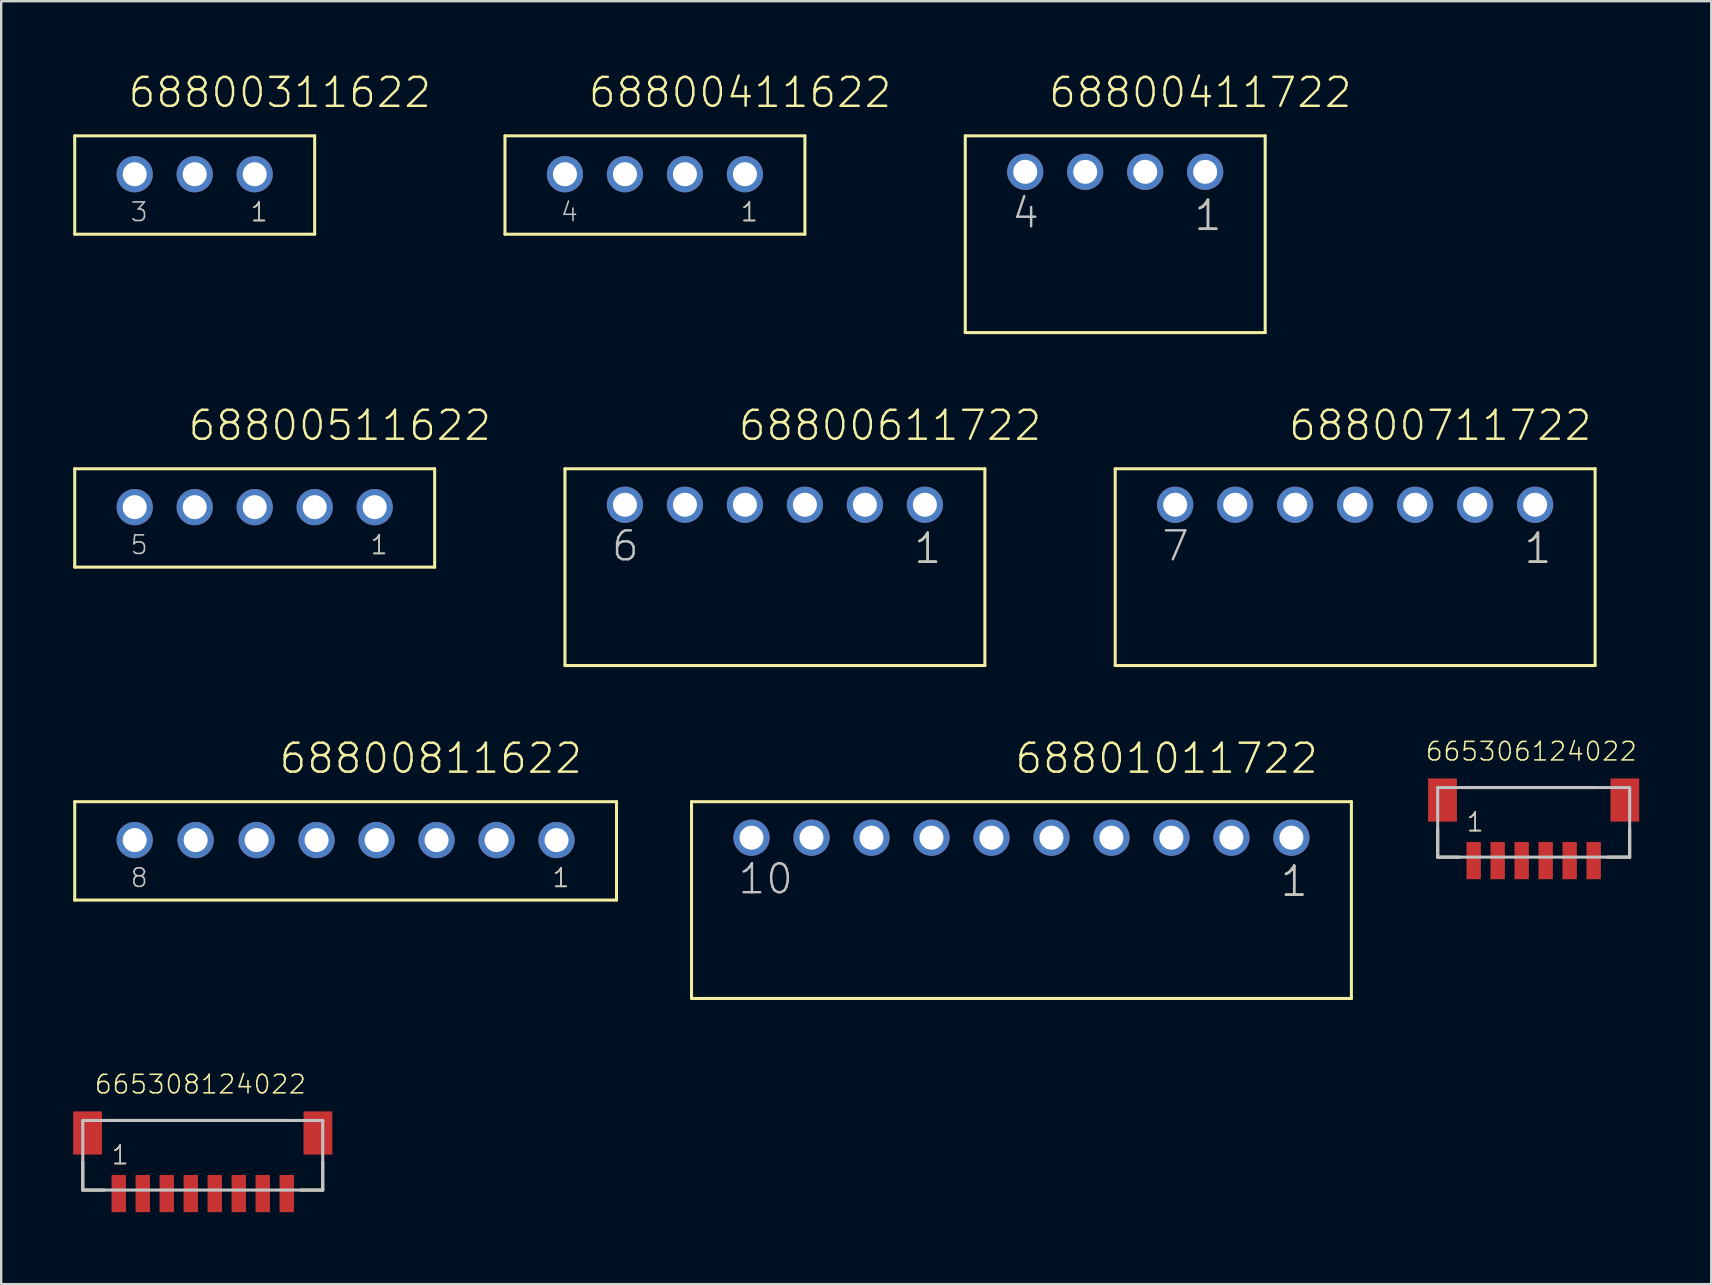
<source format=kicad_pcb>
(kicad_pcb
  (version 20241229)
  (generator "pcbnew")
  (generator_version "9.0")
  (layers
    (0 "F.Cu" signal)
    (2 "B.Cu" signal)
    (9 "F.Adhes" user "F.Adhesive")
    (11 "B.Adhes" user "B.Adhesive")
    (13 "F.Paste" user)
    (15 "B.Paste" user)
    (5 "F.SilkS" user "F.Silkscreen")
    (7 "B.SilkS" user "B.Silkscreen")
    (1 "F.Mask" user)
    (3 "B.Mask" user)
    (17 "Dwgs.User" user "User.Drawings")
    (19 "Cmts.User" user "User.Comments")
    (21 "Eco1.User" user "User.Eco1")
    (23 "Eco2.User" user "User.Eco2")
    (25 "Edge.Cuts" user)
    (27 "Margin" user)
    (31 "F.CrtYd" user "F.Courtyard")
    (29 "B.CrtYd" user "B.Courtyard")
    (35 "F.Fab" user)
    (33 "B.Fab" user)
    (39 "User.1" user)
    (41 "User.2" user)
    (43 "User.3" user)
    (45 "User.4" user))
  (footprint "665306124022"
    (layer "F.Cu")
    (at 60.867 32.817)
    (property "Reference" "665306124022" (at -0.1 -4.1 0) (layer "F.SilkS") (effects (font (size 0.772 0.772) (thickness 0.065)) (justify bottom)))
    (attr through_hole)
    (fp_line (start -4 -1.32) (end -4 -0.145) (stroke (width 0.127) (type solid)) (layer "F.SilkS"))
    (fp_line (start -4 -0.145) (end -3.11 -0.145) (stroke (width 0.127) (type solid)) (layer "F.SilkS"))
    (fp_line (start -3.01 -3.045) (end 2.51 -3.045) (stroke (width 0.127) (type solid)) (layer "F.SilkS"))
    (fp_line (start 4 -1.32) (end 4 -0.145) (stroke (width 0.127) (type solid)) (layer "F.SilkS"))
    (fp_line (start 4 -0.145) (end 3.08 -0.145) (stroke (width 0.127) (type solid)) (layer "F.SilkS"))
    (fp_line (start -4 -3.045) (end 4 -3.045) (stroke (width 0.127) (type solid)) (layer "Dwgs.User"))
    (fp_line (start -4 -0.145) (end -4 -3.045) (stroke (width 0.127) (type solid)) (layer "Dwgs.User"))
    (fp_line (start 4 -3.045) (end 4 -0.145) (stroke (width 0.127) (type solid)) (layer "Dwgs.User"))
    (fp_line (start 4 -0.145) (end -4 -0.145) (stroke (width 0.127) (type solid)) (layer "Dwgs.User"))
    (fp_text user "1" (at -2.85 -1.15 0) (layer "F.SilkS") (effects (font (size 0.772 0.772) (thickness 0.065)) (justify left bottom)))
    (fp_text user "1" (at -2.85 -1.16 0) (layer "Dwgs.User") (effects (font (size 0.772 0.772) (thickness 0.065)) (justify left bottom)))
    (pad "1" smd rect (at -2.5 0) (size 0.6 1.55) (layers "F.Cu" "F.Mask" "F.Paste"))
    (pad "2" smd rect (at -1.5 0) (size 0.6 1.55) (layers "F.Cu" "F.Mask" "F.Paste"))
    (pad "3" smd rect (at -0.5 0) (size 0.6 1.55) (layers "F.Cu" "F.Mask" "F.Paste"))
    (pad "4" smd rect (at 0.5 0) (size 0.6 1.55) (layers "F.Cu" "F.Mask" "F.Paste"))
    (pad "5" smd rect (at 1.5 0) (size 0.6 1.55) (layers "F.Cu" "F.Mask" "F.Paste"))
    (pad "6" smd rect (at 2.5 0) (size 0.6 1.55) (layers "F.Cu" "F.Mask" "F.Paste"))
    (pad "Z1" smd rect (at -3.8 -2.525) (size 1.2 1.8) (layers "F.Cu" "F.Mask" "F.Paste"))
    (pad "Z2" smd rect (at 3.8 -2.525) (size 1.2 1.8) (layers "F.Cu" "F.Mask" "F.Paste")))
  (footprint "68800411722"
    (layer "F.Cu")
    (at 43.427 4.111)
    (property "Reference" "68800411722" (at -2.835 -2.6 0) (layer "F.SilkS") (effects (font (size 1.206 1.206) (thickness 0.102)) (justify left bottom)))
    (attr through_hole)
    (fp_line (start -6.25 -1.5) (end 6.25 -1.5) (stroke (width 0.127) (type solid)) (layer "F.SilkS"))
    (fp_line (start -6.25 6.7) (end -6.25 -1.5) (stroke (width 0.127) (type solid)) (layer "F.SilkS"))
    (fp_line (start 6.25 -1.5) (end 6.25 6.7) (stroke (width 0.127) (type solid)) (layer "F.SilkS"))
    (fp_line (start 6.25 6.7) (end -6.25 6.7) (stroke (width 0.127) (type solid)) (layer "F.SilkS"))
    (fp_text user "1" (at 3.225 2.525 0) (layer "F.SilkS") (effects (font (size 1.206 1.206) (thickness 0.102)) (justify left bottom)))
    (fp_text user "1" (at 3.225 2.525 0) (layer "Dwgs.User") (effects (font (size 1.206 1.206) (thickness 0.102)) (justify left bottom)))
    (fp_text user "4" (at -4.375 2.425 0) (layer "Dwgs.User") (effects (font (size 1.206 1.206) (thickness 0.102)) (justify left bottom)))
    (pad "1" thru_hole circle (at 3.75 0) (size 1.508 1.508) (drill 1) (layers "*.Cu" "*.Mask"))
    (pad "2" thru_hole circle (at 1.25 0) (size 1.508 1.508) (drill 1) (layers "*.Cu" "*.Mask"))
    (pad "3" thru_hole circle (at -1.25 0) (size 1.508 1.508) (drill 1) (layers "*.Cu" "*.Mask"))
    (pad "4" thru_hole circle (at -3.75 0) (size 1.508 1.508) (drill 1) (layers "*.Cu" "*.Mask")))
  (footprint "68801011722"
    (layer "F.Cu")
    (at 39.52 31.861)
    (property "Reference" "68801011722" (at -0.335 -2.6 0) (layer "F.SilkS") (effects (font (size 1.206 1.206) (thickness 0.102)) (justify left bottom)))
    (attr through_hole)
    (fp_line (start -13.75 -1.5) (end 13.75 -1.5) (stroke (width 0.127) (type solid)) (layer "F.SilkS"))
    (fp_line (start -13.75 6.7) (end -13.75 -1.5) (stroke (width 0.127) (type solid)) (layer "F.SilkS"))
    (fp_line (start 13.75 -1.5) (end 13.75 6.7) (stroke (width 0.127) (type solid)) (layer "F.SilkS"))
    (fp_line (start 13.75 6.7) (end -13.75 6.7) (stroke (width 0.127) (type solid)) (layer "F.SilkS"))
    (fp_text user "1" (at 10.725 2.525 0) (layer "F.SilkS") (effects (font (size 1.206 1.206) (thickness 0.102)) (justify left bottom)))
    (fp_text user "10" (at -11.875 2.425 0) (layer "Dwgs.User") (effects (font (size 1.206 1.206) (thickness 0.102)) (justify left bottom)))
    (fp_text user "1" (at 10.725 2.525 0) (layer "Dwgs.User") (effects (font (size 1.206 1.206) (thickness 0.102)) (justify left bottom)))
    (pad "1" thru_hole circle (at 11.25 0) (size 1.508 1.508) (drill 1) (layers "*.Cu" "*.Mask"))
    (pad "2" thru_hole circle (at 8.75 0) (size 1.508 1.508) (drill 1) (layers "*.Cu" "*.Mask"))
    (pad "3" thru_hole circle (at 6.25 0) (size 1.508 1.508) (drill 1) (layers "*.Cu" "*.Mask"))
    (pad "4" thru_hole circle (at 3.75 0) (size 1.508 1.508) (drill 1) (layers "*.Cu" "*.Mask"))
    (pad "5" thru_hole circle (at 1.25 0) (size 1.508 1.508) (drill 1) (layers "*.Cu" "*.Mask"))
    (pad "6" thru_hole circle (at -1.25 0) (size 1.508 1.508) (drill 1) (layers "*.Cu" "*.Mask"))
    (pad "7" thru_hole circle (at -3.75 0) (size 1.508 1.508) (drill 1) (layers "*.Cu" "*.Mask"))
    (pad "8" thru_hole circle (at -6.25 0) (size 1.508 1.508) (drill 1) (layers "*.Cu" "*.Mask"))
    (pad "9" thru_hole circle (at -8.75 0) (size 1.508 1.508) (drill 1) (layers "*.Cu" "*.Mask"))
    (pad "10" thru_hole circle (at -11.25 0) (size 1.508 1.508) (drill 1) (layers "*.Cu" "*.Mask")))
  (footprint "68800511622"
    (layer "F.Cu")
    (at 7.564 18.086)
    (property "Reference" "68800511622" (at -2.835 -2.7 0) (layer "F.SilkS") (effects (font (size 1.206 1.206) (thickness 0.102)) (justify left bottom)))
    (attr through_hole)
    (fp_line (start -7.5 -1.6) (end 7.5 -1.6) (stroke (width 0.127) (type solid)) (layer "F.SilkS"))
    (fp_line (start -7.5 2.5) (end -7.5 -1.6) (stroke (width 0.127) (type solid)) (layer "F.SilkS"))
    (fp_line (start 7.5 -1.6) (end 7.5 2.5) (stroke (width 0.127) (type solid)) (layer "F.SilkS"))
    (fp_line (start 7.5 2.5) (end -7.5 2.5) (stroke (width 0.127) (type solid)) (layer "F.SilkS"))
    (fp_text user "1" (at 4.775 2.025 0) (layer "F.SilkS") (effects (font (size 0.772 0.772) (thickness 0.065)) (justify left bottom)))
    (fp_text user "1" (at 4.775 2.025 0) (layer "Dwgs.User") (effects (font (size 0.772 0.772) (thickness 0.065)) (justify left bottom)))
    (fp_text user "5" (at -5.225 2.025 0) (layer "Dwgs.User") (effects (font (size 0.772 0.772) (thickness 0.065)) (justify left bottom)))
    (pad "1" thru_hole circle (at 5 0) (size 1.508 1.508) (drill 1) (layers "*.Cu" "*.Mask"))
    (pad "2" thru_hole circle (at 2.5 0) (size 1.508 1.508) (drill 1) (layers "*.Cu" "*.Mask"))
    (pad "3" thru_hole circle (at 0 0) (size 1.508 1.508) (drill 1) (layers "*.Cu" "*.Mask"))
    (pad "4" thru_hole circle (at -2.5 0) (size 1.508 1.508) (drill 1) (layers "*.Cu" "*.Mask"))
    (pad "5" thru_hole circle (at -5 0) (size 1.508 1.508) (drill 1) (layers "*.Cu" "*.Mask")))
  (footprint "68800811622"
    (layer "F.Cu")
    (at 11.354 31.961)
    (property "Reference" "68800811622" (at -2.835 -2.7 0) (layer "F.SilkS") (effects (font (size 1.206 1.206) (thickness 0.102)) (justify left bottom)))
    (attr through_hole)
    (fp_line (start -11.29 -1.6) (end 11.29 -1.6) (stroke (width 0.127) (type solid)) (layer "F.SilkS"))
    (fp_line (start -11.29 2.5) (end -11.29 -1.6) (stroke (width 0.127) (type solid)) (layer "F.SilkS"))
    (fp_line (start 11.29 -1.6) (end 11.29 2.5) (stroke (width 0.127) (type solid)) (layer "F.SilkS"))
    (fp_line (start 11.29 2.5) (end -11.29 2.5) (stroke (width 0.127) (type solid)) (layer "F.SilkS"))
    (fp_text user "1" (at 8.565 2.025 0) (layer "F.SilkS") (effects (font (size 0.772 0.772) (thickness 0.065)) (justify left bottom)))
    (fp_text user "1" (at 8.565 2.025 0) (layer "Dwgs.User") (effects (font (size 0.772 0.772) (thickness 0.065)) (justify left bottom)))
    (fp_text user "8" (at -9.015 2.025 0) (layer "Dwgs.User") (effects (font (size 0.772 0.772) (thickness 0.065)) (justify left bottom)))
    (pad "1" thru_hole circle (at 8.79 0) (size 1.508 1.508) (drill 1) (layers "*.Cu" "*.Mask"))
    (pad "2" thru_hole circle (at 6.29 0) (size 1.508 1.508) (drill 1) (layers "*.Cu" "*.Mask"))
    (pad "3" thru_hole circle (at 3.79 0) (size 1.508 1.508) (drill 1) (layers "*.Cu" "*.Mask"))
    (pad "4" thru_hole circle (at 1.29 0) (size 1.508 1.508) (drill 1) (layers "*.Cu" "*.Mask"))
    (pad "5" thru_hole circle (at -1.21 0) (size 1.508 1.508) (drill 1) (layers "*.Cu" "*.Mask"))
    (pad "6" thru_hole circle (at -3.71 0) (size 1.508 1.508) (drill 1) (layers "*.Cu" "*.Mask"))
    (pad "7" thru_hole circle (at -6.25 0) (size 1.508 1.508) (drill 1) (layers "*.Cu" "*.Mask"))
    (pad "8" thru_hole circle (at -8.79 0) (size 1.508 1.508) (drill 1) (layers "*.Cu" "*.Mask")))
  (footprint "68800311622"
    (layer "F.Cu")
    (at 5.064 4.211)
    (property "Reference" "68800311622" (at -2.835 -2.7 0) (layer "F.SilkS") (effects (font (size 1.206 1.206) (thickness 0.102)) (justify left bottom)))
    (attr through_hole)
    (fp_line (start -5 -1.6) (end 5 -1.6) (stroke (width 0.127) (type solid)) (layer "F.SilkS"))
    (fp_line (start -5 2.5) (end -5 -1.6) (stroke (width 0.127) (type solid)) (layer "F.SilkS"))
    (fp_line (start 5 -1.6) (end 5 2.5) (stroke (width 0.127) (type solid)) (layer "F.SilkS"))
    (fp_line (start 5 2.5) (end -5 2.5) (stroke (width 0.127) (type solid)) (layer "F.SilkS"))
    (fp_text user "1" (at 2.275 2.025 0) (layer "F.SilkS") (effects (font (size 0.772 0.772) (thickness 0.065)) (justify left bottom)))
    (fp_text user "3" (at -2.725 2.025 0) (layer "Dwgs.User") (effects (font (size 0.772 0.772) (thickness 0.065)) (justify left bottom)))
    (fp_text user "1" (at 2.275 2.025 0) (layer "Dwgs.User") (effects (font (size 0.772 0.772) (thickness 0.065)) (justify left bottom)))
    (pad "1" thru_hole circle (at 2.5 0) (size 1.508 1.508) (drill 1) (layers "*.Cu" "*.Mask"))
    (pad "2" thru_hole circle (at 0 0) (size 1.508 1.508) (drill 1) (layers "*.Cu" "*.Mask"))
    (pad "3" thru_hole circle (at -2.5 0) (size 1.508 1.508) (drill 1) (layers "*.Cu" "*.Mask")))
  (footprint "665308124022"
    (layer "F.Cu")
    (at 5.4 46.692)
    (property "Reference" "665308124022" (at -0.1 -4.1 0) (layer "F.SilkS") (effects (font (size 0.772 0.772) (thickness 0.065)) (justify bottom)))
    (attr through_hole)
    (fp_line (start -5 -1.32) (end -5 -0.145) (stroke (width 0.127) (type solid)) (layer "F.SilkS"))
    (fp_line (start -5 -0.145) (end -4.11 -0.145) (stroke (width 0.127) (type solid)) (layer "F.SilkS"))
    (fp_line (start -4.01 -3.045) (end 3.51 -3.045) (stroke (width 0.127) (type solid)) (layer "F.SilkS"))
    (fp_line (start 5 -1.32) (end 5 -0.145) (stroke (width 0.127) (type solid)) (layer "F.SilkS"))
    (fp_line (start 5 -0.145) (end 4.08 -0.145) (stroke (width 0.127) (type solid)) (layer "F.SilkS"))
    (fp_line (start -5 -3.045) (end 5 -3.045) (stroke (width 0.127) (type solid)) (layer "Dwgs.User"))
    (fp_line (start -5 -0.145) (end -5 -3.045) (stroke (width 0.127) (type solid)) (layer "Dwgs.User"))
    (fp_line (start 5 -3.045) (end 5 -0.145) (stroke (width 0.127) (type solid)) (layer "Dwgs.User"))
    (fp_line (start 5 -0.145) (end -5 -0.145) (stroke (width 0.127) (type solid)) (layer "Dwgs.User"))
    (fp_text user "1" (at -3.85 -1.15 0) (layer "F.SilkS") (effects (font (size 0.772 0.772) (thickness 0.065)) (justify left bottom)))
    (fp_text user "1" (at -3.85 -1.16 0) (layer "Dwgs.User") (effects (font (size 0.772 0.772) (thickness 0.065)) (justify left bottom)))
    (pad "1" smd rect (at -3.5 0) (size 0.6 1.55) (layers "F.Cu" "F.Mask" "F.Paste"))
    (pad "2" smd rect (at -2.5 0) (size 0.6 1.55) (layers "F.Cu" "F.Mask" "F.Paste"))
    (pad "3" smd rect (at -1.5 0) (size 0.6 1.55) (layers "F.Cu" "F.Mask" "F.Paste"))
    (pad "4" smd rect (at -0.5 0) (size 0.6 1.55) (layers "F.Cu" "F.Mask" "F.Paste"))
    (pad "5" smd rect (at 0.5 0) (size 0.6 1.55) (layers "F.Cu" "F.Mask" "F.Paste"))
    (pad "6" smd rect (at 1.5 0) (size 0.6 1.55) (layers "F.Cu" "F.Mask" "F.Paste"))
    (pad "7" smd rect (at 2.5 0) (size 0.6 1.55) (layers "F.Cu" "F.Mask" "F.Paste"))
    (pad "8" smd rect (at 3.5 0) (size 0.6 1.55) (layers "F.Cu" "F.Mask" "F.Paste"))
    (pad "Z1" smd rect (at -4.8 -2.525) (size 1.2 1.8) (layers "F.Cu" "F.Mask" "F.Paste"))
    (pad "Z2" smd rect (at 4.8 -2.525) (size 1.2 1.8) (layers "F.Cu" "F.Mask" "F.Paste")))
  (footprint "68800611722"
    (layer "F.Cu")
    (at 29.245 17.986)
    (property "Reference" "68800611722" (at -1.585 -2.6 0) (layer "F.SilkS") (effects (font (size 1.206 1.206) (thickness 0.102)) (justify left bottom)))
    (attr through_hole)
    (fp_line (start -8.75 -1.5) (end 8.75 -1.5) (stroke (width 0.127) (type solid)) (layer "F.SilkS"))
    (fp_line (start -8.75 6.7) (end -8.75 -1.5) (stroke (width 0.127) (type solid)) (layer "F.SilkS"))
    (fp_line (start 8.75 -1.5) (end 8.75 6.7) (stroke (width 0.127) (type solid)) (layer "F.SilkS"))
    (fp_line (start 8.75 6.7) (end -8.75 6.7) (stroke (width 0.127) (type solid)) (layer "F.SilkS"))
    (fp_text user "1" (at 5.725 2.525 0) (layer "F.SilkS") (effects (font (size 1.206 1.206) (thickness 0.102)) (justify left bottom)))
    (fp_text user "1" (at 5.725 2.525 0) (layer "Dwgs.User") (effects (font (size 1.206 1.206) (thickness 0.102)) (justify left bottom)))
    (fp_text user "6" (at -6.875 2.425 0) (layer "Dwgs.User") (effects (font (size 1.206 1.206) (thickness 0.102)) (justify left bottom)))
    (pad "1" thru_hole circle (at 6.25 0) (size 1.508 1.508) (drill 1) (layers "*.Cu" "*.Mask"))
    (pad "2" thru_hole circle (at 3.75 0) (size 1.508 1.508) (drill 1) (layers "*.Cu" "*.Mask"))
    (pad "3" thru_hole circle (at 1.25 0) (size 1.508 1.508) (drill 1) (layers "*.Cu" "*.Mask"))
    (pad "4" thru_hole circle (at -1.25 0) (size 1.508 1.508) (drill 1) (layers "*.Cu" "*.Mask"))
    (pad "5" thru_hole circle (at -3.75 0) (size 1.508 1.508) (drill 1) (layers "*.Cu" "*.Mask"))
    (pad "6" thru_hole circle (at -6.25 0) (size 1.508 1.508) (drill 1) (layers "*.Cu" "*.Mask")))
  (footprint "68800711722"
    (layer "F.Cu")
    (at 53.427 17.986)
    (property "Reference" "68800711722" (at -2.835 -2.6 0) (layer "F.SilkS") (effects (font (size 1.206 1.206) (thickness 0.102)) (justify left bottom)))
    (attr through_hole)
    (fp_line (start -10 -1.5) (end 10 -1.5) (stroke (width 0.127) (type solid)) (layer "F.SilkS"))
    (fp_line (start -10 6.7) (end -10 -1.5) (stroke (width 0.127) (type solid)) (layer "F.SilkS"))
    (fp_line (start 10 -1.5) (end 10 6.7) (stroke (width 0.127) (type solid)) (layer "F.SilkS"))
    (fp_line (start 10 6.7) (end -10 6.7) (stroke (width 0.127) (type solid)) (layer "F.SilkS"))
    (fp_text user "1" (at 6.975 2.525 0) (layer "F.SilkS") (effects (font (size 1.206 1.206) (thickness 0.102)) (justify left bottom)))
    (fp_text user "1" (at 6.975 2.525 0) (layer "Dwgs.User") (effects (font (size 1.206 1.206) (thickness 0.102)) (justify left bottom)))
    (fp_text user "7" (at -8.125 2.425 0) (layer "Dwgs.User") (effects (font (size 1.206 1.206) (thickness 0.102)) (justify left bottom)))
    (pad "1" thru_hole circle (at 7.5 0) (size 1.508 1.508) (drill 1) (layers "*.Cu" "*.Mask"))
    (pad "2" thru_hole circle (at 5 0) (size 1.508 1.508) (drill 1) (layers "*.Cu" "*.Mask"))
    (pad "3" thru_hole circle (at 2.5 0) (size 1.508 1.508) (drill 1) (layers "*.Cu" "*.Mask"))
    (pad "4" thru_hole circle (at 0 0) (size 1.508 1.508) (drill 1) (layers "*.Cu" "*.Mask"))
    (pad "5" thru_hole circle (at -2.5 0) (size 1.508 1.508) (drill 1) (layers "*.Cu" "*.Mask"))
    (pad "6" thru_hole circle (at -5 0) (size 1.508 1.508) (drill 1) (layers "*.Cu" "*.Mask"))
    (pad "7" thru_hole circle (at -7.5 0) (size 1.508 1.508) (drill 1) (layers "*.Cu" "*.Mask")))
  (footprint "68800411622"
    (layer "F.Cu")
    (at 24.245 4.211)
    (property "Reference" "68800411622" (at -2.835 -2.7 0) (layer "F.SilkS") (effects (font (size 1.206 1.206) (thickness 0.102)) (justify left bottom)))
    (attr through_hole)
    (fp_line (start -6.25 -1.6) (end 6.25 -1.6) (stroke (width 0.127) (type solid)) (layer "F.SilkS"))
    (fp_line (start -6.25 2.5) (end -6.25 -1.6) (stroke (width 0.127) (type solid)) (layer "F.SilkS"))
    (fp_line (start 6.25 -1.6) (end 6.25 2.5) (stroke (width 0.127) (type solid)) (layer "F.SilkS"))
    (fp_line (start 6.25 2.5) (end -6.25 2.5) (stroke (width 0.127) (type solid)) (layer "F.SilkS"))
    (fp_text user "1" (at 3.525 2.025 0) (layer "F.SilkS") (effects (font (size 0.772 0.772) (thickness 0.065)) (justify left bottom)))
    (fp_text user "1" (at 3.525 2.025 0) (layer "Dwgs.User") (effects (font (size 0.772 0.772) (thickness 0.065)) (justify left bottom)))
    (fp_text user "4" (at -3.975 2.025 0) (layer "Dwgs.User") (effects (font (size 0.772 0.772) (thickness 0.065)) (justify left bottom)))
    (pad "1" thru_hole circle (at 3.75 0) (size 1.508 1.508) (drill 1) (layers "*.Cu" "*.Mask"))
    (pad "2" thru_hole circle (at 1.25 0) (size 1.508 1.508) (drill 1) (layers "*.Cu" "*.Mask"))
    (pad "3" thru_hole circle (at -1.25 0) (size 1.508 1.508) (drill 1) (layers "*.Cu" "*.Mask"))
    (pad "4" thru_hole circle (at -3.75 0) (size 1.508 1.508) (drill 1) (layers "*.Cu" "*.Mask")))
  (gr_rect
    (start -3 -3)
    (end 68.267 50.467)
    (stroke (width 0.1) (type default))
    (fill no)
    (layer "Edge.Cuts")))
</source>
